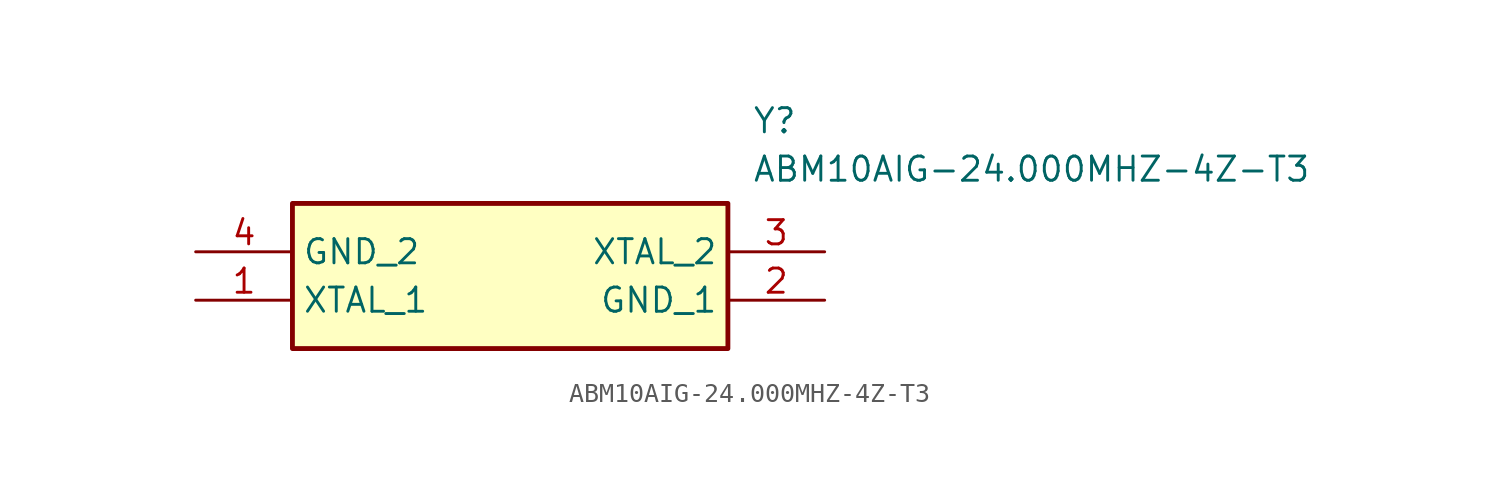
<source format=kicad_sym>
(kicad_symbol_lib
  (version 20211014)
  (generator SamacSys_ECAD_Model)
  (symbol "ABM10AIG-24.000MHZ-4Z-T3"
    (property "Reference" "Y"
      (at 29.21 7.62 0)
      (effects (font (size 1.27 1.27)) (justify left top)))
    (property "Value" "ABM10AIG-24.000MHZ-4Z-T3"
      (at 29.21 5.08 0)
      (effects (font (size 1.27 1.27)) (justify left top)))
    (rectangle
      (start 5.08 2.54)
      (end 27.94 -5.08)
      (stroke (width 0.254) (type default))
      (fill (type background)))
    (pin passive line
      (at 0 -2.54 0)
      (length 5.08)
      (name "XTAL_1" (effects (font (size 1.27 1.27))))
      (number "1" (effects (font (size 1.27 1.27)))))
    (pin passive line
      (at 33.02 -2.54 180)
      (length 5.08)
      (name "GND_1" (effects (font (size 1.27 1.27))))
      (number "2" (effects (font (size 1.27 1.27)))))
    (pin passive line
      (at 33.02 0 180)
      (length 5.08)
      (name "XTAL_2" (effects (font (size 1.27 1.27))))
      (number "3" (effects (font (size 1.27 1.27)))))
    (pin passive line
      (at 0 0 0)
      (length 5.08)
      (name "GND_2" (effects (font (size 1.27 1.27))))
      (number "4" (effects (font (size 1.27 1.27)))))))
</source>
